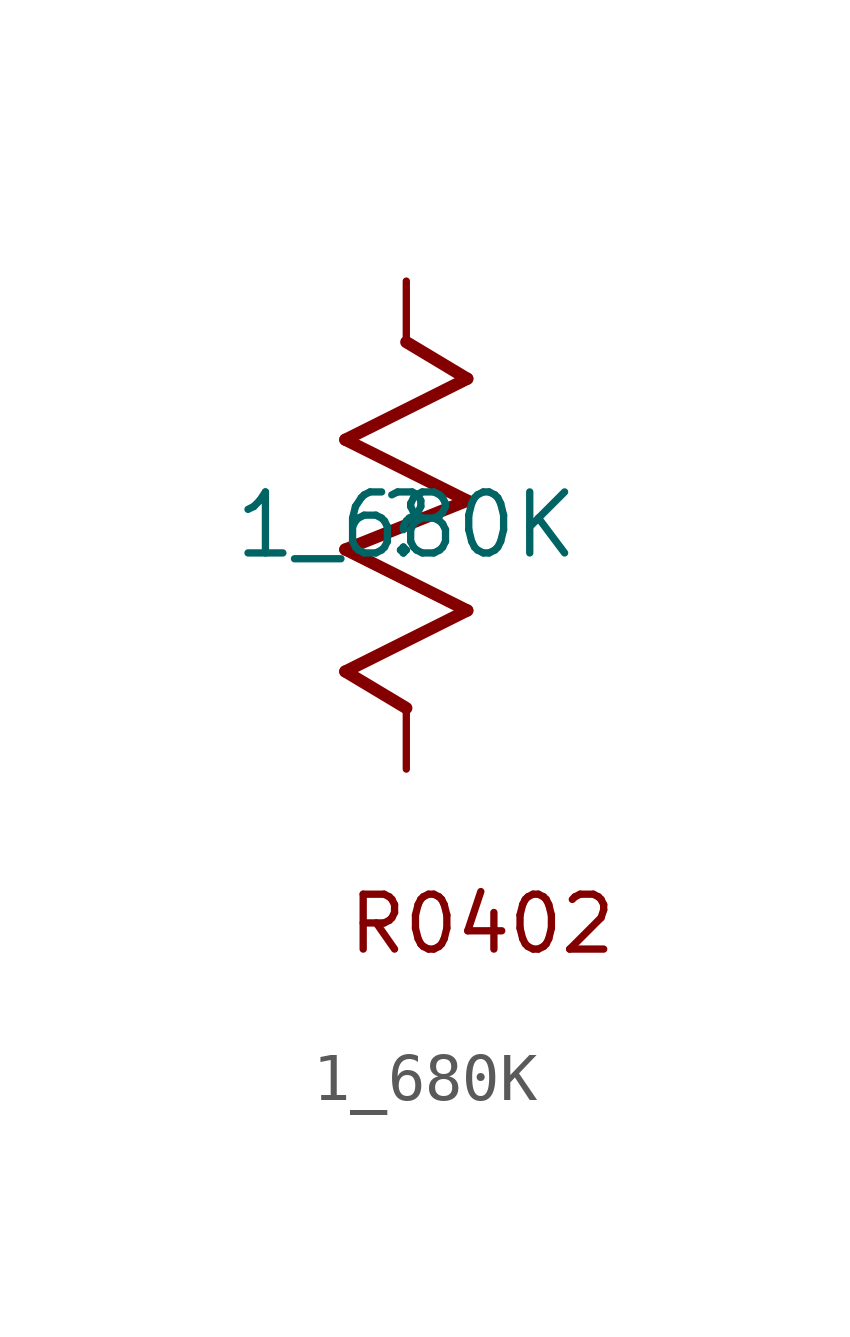
<source format=kicad_sym>
(kicad_symbol_lib
  (version 20211014)
  (generator kicad_symbol_editor)
  (symbol "1_680K"
    (property "Reference" ""
      (at 0 0 0)
      (effects (font (size 1.27 1.27))))
    (property "Value" "1_680K"
      (at 0 0 0)
      (effects (font (size 1.27 1.27))))
    (symbol "1_680K_1_0"
      (polyline (pts (xy -1.27 -3.048) (xy 0 -3.81)) (stroke (width 0.254) (type default) (color 0 0 0 0)) (fill (type none)))
      (polyline (pts (xy -1.27 -0.508) (xy 1.27 -1.778)) (stroke (width 0.254) (type default) (color 0 0 0 0)) (fill (type none)))
      (polyline (pts (xy -1.27 1.778) (xy 1.27 0.508)) (stroke (width 0.254) (type default) (color 0 0 0 0)) (fill (type none)))
      (polyline (pts (xy 0 3.81) (xy 1.27 3.048)) (stroke (width 0.254) (type default) (color 0 0 0 0)) (fill (type none)))
      (polyline (pts (xy 1.27 -1.778) (xy -1.27 -3.048)) (stroke (width 0.254) (type default) (color 0 0 0 0)) (fill (type none)))
      (polyline (pts (xy 1.27 0.508) (xy -1.27 -0.508)) (stroke (width 0.254) (type default) (color 0 0 0 0)) (fill (type none)))
      (polyline (pts (xy 1.27 3.048) (xy -1.27 1.778)) (stroke (width 0.254) (type default) (color 0 0 0 0)) (fill (type none)))
      (text "R0402" (at -1.27 -8.976 0) (effects (font (size 1.143 1.143)) (justify left bottom)))
      (pin passive line (at 0 -5.08 90) (length 1.27) (name "1" (effects (font (size 0 0)))) (number "1" (effects (font (size 0 0)))))
      (pin passive line (at 0 5.08 270) (length 1.27) (name "2" (effects (font (size 0 0)))) (number "2" (effects (font (size 0 0))))))))
</source>
